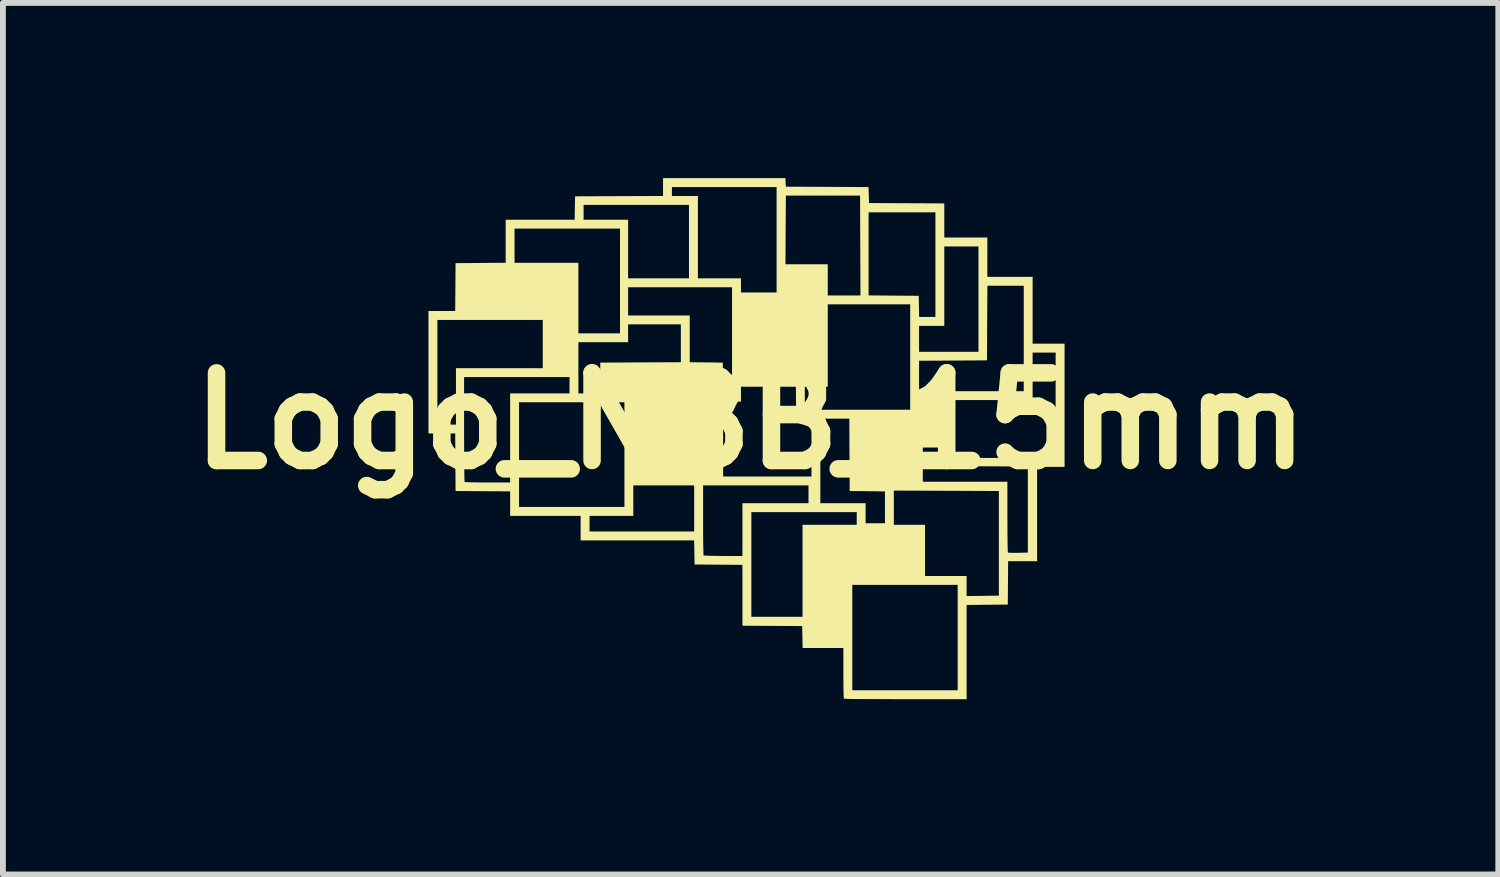
<source format=kicad_pcb>
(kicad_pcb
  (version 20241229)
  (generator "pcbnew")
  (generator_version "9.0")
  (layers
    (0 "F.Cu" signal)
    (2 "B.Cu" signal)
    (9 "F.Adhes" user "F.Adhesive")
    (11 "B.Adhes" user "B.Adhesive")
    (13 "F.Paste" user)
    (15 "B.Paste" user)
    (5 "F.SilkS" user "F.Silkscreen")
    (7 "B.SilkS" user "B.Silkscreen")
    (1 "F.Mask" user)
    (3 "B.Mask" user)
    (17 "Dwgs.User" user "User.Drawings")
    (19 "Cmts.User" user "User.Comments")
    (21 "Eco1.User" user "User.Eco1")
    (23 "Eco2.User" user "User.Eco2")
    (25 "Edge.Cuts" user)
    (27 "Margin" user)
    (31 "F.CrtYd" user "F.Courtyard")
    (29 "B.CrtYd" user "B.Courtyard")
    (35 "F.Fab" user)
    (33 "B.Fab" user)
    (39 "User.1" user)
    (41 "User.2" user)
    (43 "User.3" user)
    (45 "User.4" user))
  (footprint "Logo_NBB_15mm"
    (layer "F.Cu")
    (at 9.8 4.155)
    (property "Reference" "Logo_NBB_15mm" (at 0 0 0) (layer "F.SilkS") (effects (font (size 1.5 1.5) (thickness 0.3))))
    (attr board_only exclude_from_pos_files exclude_from_bom)
    (fp_poly (pts (xy 0.6 -4.082) (xy 0.604 -4.009) (xy 1.312 -4.006) (xy 2.019 -4.002) (xy 2.023 -3.866) (xy 2.027 -3.729) (xy 2.672 -3.726) (xy 3.316 -3.723) (xy 3.316 -3.431) (xy 3.316 -3.138) (xy 3.685 -3.138) (xy 4.053 -3.138) (xy 4.053 -2.802) (xy 4.053 -2.465) (xy 4.441 -2.465) (xy 4.828 -2.465) (xy 4.828 -1.893) (xy 4.828 -1.321) (xy 5.102 -1.321) (xy 5.375 -1.321) (xy 5.375 -0.267) (xy 5.375 0.788) (xy 5.14 0.788) (xy 4.905 0.788) (xy 4.905 1.595) (xy 4.905 2.402) (xy 4.657 2.402) (xy 4.409 2.402) (xy 4.406 2.773) (xy 4.403 3.145) (xy 4.05 3.148) (xy 3.698 3.152) (xy 3.698 3.958) (xy 3.698 4.765) (xy 2.651 4.765) (xy 2.491 4.765) (xy 2.337 4.764) (xy 2.193 4.764) (xy 2.06 4.763) (xy 1.94 4.763) (xy 1.834 4.762) (xy 1.746 4.761) (xy 1.677 4.76) (xy 1.628 4.758) (xy 1.601 4.757) (xy 1.597 4.756) (xy 1.595 4.742) (xy 1.593 4.705) (xy 1.591 4.649) (xy 1.59 4.577) (xy 1.589 4.491) (xy 1.588 4.395) (xy 1.588 4.318) (xy 1.588 3.888) (xy 1.239 3.888) (xy 0.89 3.888) (xy 0.887 3.701) (xy 0.883 3.513) (xy 0.372 3.51) (xy -0.14 3.507) (xy -0.14 2.986) (xy -0.14 2.465) (xy -0.55 2.462) (xy -0.959 2.459) (xy -0.963 2.252) (xy -0.966 2.046) (xy -1.938 2.046) (xy -2.91 2.046) (xy -2.91 1.893) (xy -2.757 1.893) (xy -1.861 1.893) (xy -0.966 1.893) (xy -0.966 1.499) (xy -0.966 1.105) (xy -0.813 1.105) (xy -0.813 1.701) (xy -0.813 1.821) (xy -0.813 1.934) (xy -0.812 2.036) (xy -0.811 2.126) (xy -0.809 2.2) (xy -0.808 2.256) (xy -0.806 2.292) (xy -0.805 2.304) (xy -0.79 2.306) (xy -0.754 2.308) (xy -0.699 2.31) (xy -0.629 2.311) (xy -0.547 2.312) (xy -0.468 2.313) (xy -0.14 2.313) (xy -0.14 1.861) (xy -0.14 1.563) (xy 0.013 1.563) (xy 0.013 2.459) (xy 0.013 3.354) (xy 0.451 3.354) (xy 0.889 3.354) (xy 0.889 2.808) (xy 1.741 2.808) (xy 1.741 3.71) (xy 1.741 4.612) (xy 2.643 4.612) (xy 3.545 4.612) (xy 3.545 3.71) (xy 3.545 2.808) (xy 2.643 2.808) (xy 1.741 2.808) (xy 0.889 2.808) (xy 0.889 2.567) (xy 0.889 1.779) (xy 1.353 1.779) (xy 1.817 1.779) (xy 1.817 1.671) (xy 1.817 1.563) (xy 0.915 1.563) (xy 0.013 1.563) (xy -0.14 1.563) (xy -0.14 1.41) (xy 0.426 1.41) (xy 0.991 1.41) (xy 0.991 1.258) (xy 0.991 1.105) (xy 0.089 1.105) (xy -0.813 1.105) (xy -0.966 1.105) (xy -1.487 1.105) (xy -2.008 1.105) (xy -2.008 1.366) (xy -2.008 1.626) (xy -2.382 1.626) (xy -2.757 1.626) (xy -2.757 1.76) (xy -2.757 1.893) (xy -2.91 1.893) (xy -2.91 1.836) (xy -2.91 1.626) (xy -3.513 1.626) (xy -4.117 1.626) (xy -4.117 1.417) (xy -4.117 1.207) (xy -4.584 1.204) (xy -5.051 1.201) (xy -5.054 0.708) (xy -5.057 0.216) (xy -5.286 0.216) (xy -5.515 0.216) (xy -5.515 -0.832) (xy -5.515 -1.728) (xy -5.362 -1.728) (xy -5.362 -0.832) (xy -5.362 0.064) (xy -5.203 0.064) (xy -5.044 0.064) (xy -5.044 -0.419) (xy -5.044 -0.75) (xy -4.905 -0.75) (xy -4.905 0.144) (xy -4.905 0.292) (xy -4.904 0.433) (xy -4.904 0.565) (xy -4.903 0.685) (xy -4.902 0.791) (xy -4.901 0.881) (xy -4.9 0.954) (xy -4.899 1.007) (xy -4.897 1.038) (xy -4.896 1.046) (xy -4.882 1.048) (xy -4.845 1.05) (xy -4.79 1.052) (xy -4.718 1.053) (xy -4.634 1.054) (xy -4.54 1.055) (xy -4.502 1.055) (xy -4.117 1.055) (xy -4.117 0.292) (xy -4.117 -0.318) (xy -3.964 -0.318) (xy -3.964 0.578) (xy -3.964 1.474) (xy -3.062 1.474) (xy -2.16 1.474) (xy -2.16 0.953) (xy -0.47 0.953) (xy 0.286 0.953) (xy 1.042 0.953) (xy 1.042 0.458) (xy 1.042 -0.037) (xy 1.01 -0.038) (xy 1.194 -0.038) (xy 1.194 0.686) (xy 1.194 1.41) (xy 1.582 1.41) (xy 1.969 1.41) (xy 1.969 1.582) (xy 1.969 1.753) (xy 2.135 1.753) (xy 2.3 1.753) (xy 2.3 1.481) (xy 2.3 1.208) (xy 1.998 1.204) (xy 1.696 1.201) (xy 1.696 1.194) (xy 2.452 1.194) (xy 2.452 1.487) (xy 2.452 1.779) (xy 2.719 1.779) (xy 2.986 1.779) (xy 2.986 2.217) (xy 2.986 2.656) (xy 3.342 2.656) (xy 3.698 2.656) (xy 3.698 2.827) (xy 3.698 2.999) (xy 3.974 2.996) (xy 4.25 2.992) (xy 4.25 2.097) (xy 4.25 1.201) (xy 3.351 1.197) (xy 2.452 1.194) (xy 1.696 1.194) (xy 1.693 0.581) (xy 1.692 0.457) (xy 2.948 0.457) (xy 2.948 0.75) (xy 2.948 1.042) (xy 3.672 1.042) (xy 4.396 1.042) (xy 4.396 1.643) (xy 4.397 1.765) (xy 4.397 1.878) (xy 4.398 1.981) (xy 4.399 2.072) (xy 4.4 2.146) (xy 4.402 2.203) (xy 4.403 2.24) (xy 4.405 2.254) (xy 4.421 2.257) (xy 4.456 2.259) (xy 4.507 2.26) (xy 4.569 2.259) (xy 4.58 2.259) (xy 4.746 2.255) (xy 4.746 1.518) (xy 4.746 0.781) (xy 4.012 0.778) (xy 3.278 0.775) (xy 3.278 0.616) (xy 3.278 0.457) (xy 3.113 0.457) (xy 2.948 0.457) (xy 1.692 0.457) (xy 1.691 0.131) (xy 3.418 0.131) (xy 3.418 0.24) (xy 3.419 0.341) (xy 3.42 0.431) (xy 3.421 0.507) (xy 3.423 0.567) (xy 3.424 0.608) (xy 3.426 0.626) (xy 3.426 0.627) (xy 3.44 0.628) (xy 3.477 0.63) (xy 3.536 0.631) (xy 3.614 0.632) (xy 3.709 0.633) (xy 3.819 0.634) (xy 3.942 0.634) (xy 4.076 0.635) (xy 4.219 0.635) (xy 4.329 0.635) (xy 5.222 0.635) (xy 5.222 -0.267) (xy 5.222 -1.169) (xy 5.025 -1.169) (xy 4.828 -1.169) (xy 4.828 -0.762) (xy 4.828 -0.356) (xy 4.123 -0.356) (xy 3.418 -0.356) (xy 3.418 0.131) (xy 1.691 0.131) (xy 1.69 -0.038) (xy 1.442 -0.038) (xy 1.194 -0.038) (xy 1.01 -0.038) (xy 0.912 -0.041) (xy 0.781 -0.044) (xy 0.78 -0.191) (xy 0.928 -0.191) (xy 1.83 -0.191) (xy 2.732 -0.191) (xy 2.732 -0.508) (xy 2.884 -0.508) (xy 3.78 -0.508) (xy 4.676 -0.508) (xy 4.676 -1.41) (xy 4.676 -2.313) (xy 4.365 -2.313) (xy 4.054 -2.313) (xy 4.05 -1.674) (xy 4.047 -1.036) (xy 3.466 -1.032) (xy 2.884 -1.029) (xy 2.884 -0.769) (xy 2.884 -0.508) (xy 2.732 -0.508) (xy 2.732 -1.093) (xy 2.732 -1.182) (xy 2.884 -1.182) (xy 3.393 -1.182) (xy 3.901 -1.182) (xy 3.901 -2.084) (xy 3.901 -2.986) (xy 3.609 -2.986) (xy 3.316 -2.986) (xy 3.316 -2.306) (xy 3.316 -1.626) (xy 3.1 -1.626) (xy 2.884 -1.626) (xy 2.884 -1.404) (xy 2.884 -1.182) (xy 2.732 -1.182) (xy 2.732 -1.995) (xy 2.027 -1.995) (xy 1.321 -1.995) (xy 1.321 -1.29) (xy 1.321 -0.584) (xy 1.125 -0.584) (xy 0.928 -0.584) (xy 0.928 -0.388) (xy 0.928 -0.191) (xy 0.78 -0.191) (xy 0.778 -0.314) (xy 0.775 -0.584) (xy 0.305 -0.584) (xy -0.165 -0.584) (xy -0.165 -0.457) (xy -0.165 -0.33) (xy -0.318 -0.33) (xy -0.47 -0.33) (xy -0.47 0.311) (xy -0.47 0.953) (xy -2.16 0.953) (xy -2.16 0.578) (xy -2.16 -0.318) (xy -3.062 -0.318) (xy -3.964 -0.318) (xy -4.117 -0.318) (xy -4.117 -0.47) (xy -3.609 -0.47) (xy -3.1 -0.47) (xy -2.948 -0.47) (xy -2.764 -0.47) (xy -2.58 -0.47) (xy -2.576 -0.734) (xy -2.573 -0.997) (xy -1.884 -1.001) (xy -1.194 -1.004) (xy -1.194 -1.328) (xy -1.194 -1.652) (xy -1.645 -1.652) (xy -2.097 -1.652) (xy -2.097 -1.499) (xy -2.097 -1.347) (xy -2.522 -1.347) (xy -2.948 -1.347) (xy -2.948 -0.909) (xy -2.948 -0.47) (xy -3.1 -0.47) (xy -3.1 -0.61) (xy -3.1 -0.75) (xy -4.003 -0.75) (xy -4.905 -0.75) (xy -5.044 -0.75) (xy -5.044 -0.902) (xy -4.301 -0.902) (xy -3.558 -0.902) (xy -3.558 -1.315) (xy -3.558 -1.728) (xy -4.46 -1.728) (xy -5.362 -1.728) (xy -5.515 -1.728) (xy -5.515 -1.881) (xy -5.286 -1.881) (xy -5.057 -1.881) (xy -5.054 -2.29) (xy -5.051 -2.7) (xy -4.622 -2.703) (xy -4.193 -2.707) (xy -4.193 -3.075) (xy -4.193 -3.291) (xy -4.041 -3.291) (xy -4.041 -2.999) (xy -4.041 -2.706) (xy -3.494 -2.706) (xy -2.948 -2.706) (xy -2.948 -2.103) (xy -2.948 -1.499) (xy -2.592 -1.499) (xy -2.236 -1.499) (xy -2.236 -2.287) (xy -2.097 -2.287) (xy -2.097 -2.046) (xy -2.097 -1.804) (xy -1.569 -1.804) (xy -1.042 -1.804) (xy -1.042 -1.404) (xy -1.042 -1.004) (xy -0.759 -1.001) (xy -0.476 -0.997) (xy -0.473 -0.74) (xy -0.47 -0.483) (xy -0.394 -0.483) (xy -0.318 -0.483) (xy -0.318 -1.385) (xy -0.318 -2.287) (xy -1.207 -2.287) (xy -2.097 -2.287) (xy -2.236 -2.287) (xy -2.236 -2.395) (xy -2.236 -3.291) (xy -3.138 -3.291) (xy -4.041 -3.291) (xy -4.193 -3.291) (xy -4.193 -3.443) (xy -3.603 -3.443) (xy -3.012 -3.443) (xy -3.009 -3.644) (xy -3.008 -3.698) (xy -2.859 -3.698) (xy -2.859 -3.57) (xy -2.859 -3.443) (xy -2.478 -3.443) (xy -2.097 -3.443) (xy -2.097 -2.942) (xy -2.097 -2.44) (xy -1.576 -2.44) (xy -1.055 -2.44) (xy -1.055 -3.069) (xy -1.055 -3.698) (xy -1.957 -3.698) (xy -2.859 -3.698) (xy -3.008 -3.698) (xy -3.005 -3.844) (xy -2.252 -3.847) (xy -1.499 -3.85) (xy -1.499 -4.003) (xy -1.347 -4.003) (xy -1.347 -3.926) (xy -1.347 -3.85) (xy -1.125 -3.85) (xy -0.902 -3.85) (xy -0.902 -3.145) (xy -0.902 -2.44) (xy -0.534 -2.44) (xy -0.165 -2.44) (xy -0.165 -2.319) (xy -0.165 -2.198) (xy 0.14 -2.198) (xy 0.445 -2.198) (xy 0.445 -2.681) (xy 0.597 -2.681) (xy 0.959 -2.681) (xy 1.321 -2.681) (xy 1.321 -2.414) (xy 1.321 -2.147) (xy 1.601 -2.147) (xy 1.881 -2.147) (xy 1.877 -3.002) (xy 1.875 -3.57) (xy 2.02 -3.57) (xy 2.02 -2.859) (xy 2.02 -2.148) (xy 2.449 -2.144) (xy 2.878 -2.141) (xy 2.882 -1.96) (xy 2.885 -1.779) (xy 3.024 -1.779) (xy 3.164 -1.779) (xy 3.164 -2.675) (xy 3.164 -3.57) (xy 2.592 -3.57) (xy 2.02 -3.57) (xy 1.875 -3.57) (xy 1.874 -3.856) (xy 1.239 -3.856) (xy 0.604 -3.856) (xy 0.6 -3.269) (xy 0.597 -2.681) (xy 0.445 -2.681) (xy 0.445 -3.1) (xy 0.445 -4.003) (xy -0.451 -4.003) (xy -1.347 -4.003) (xy -1.499 -4.003) (xy -1.499 -4.003) (xy -1.499 -4.155) (xy -0.452 -4.155) (xy 0.596 -4.155)) (stroke (width 0) (type solid)) (fill yes) (layer "F.SilkS")))
  (gr_rect
    (start -3 -3)
    (end 22.6 11.92)
    (stroke (width 0.1) (type default))
    (fill no)
    (layer "Edge.Cuts")))
</source>
